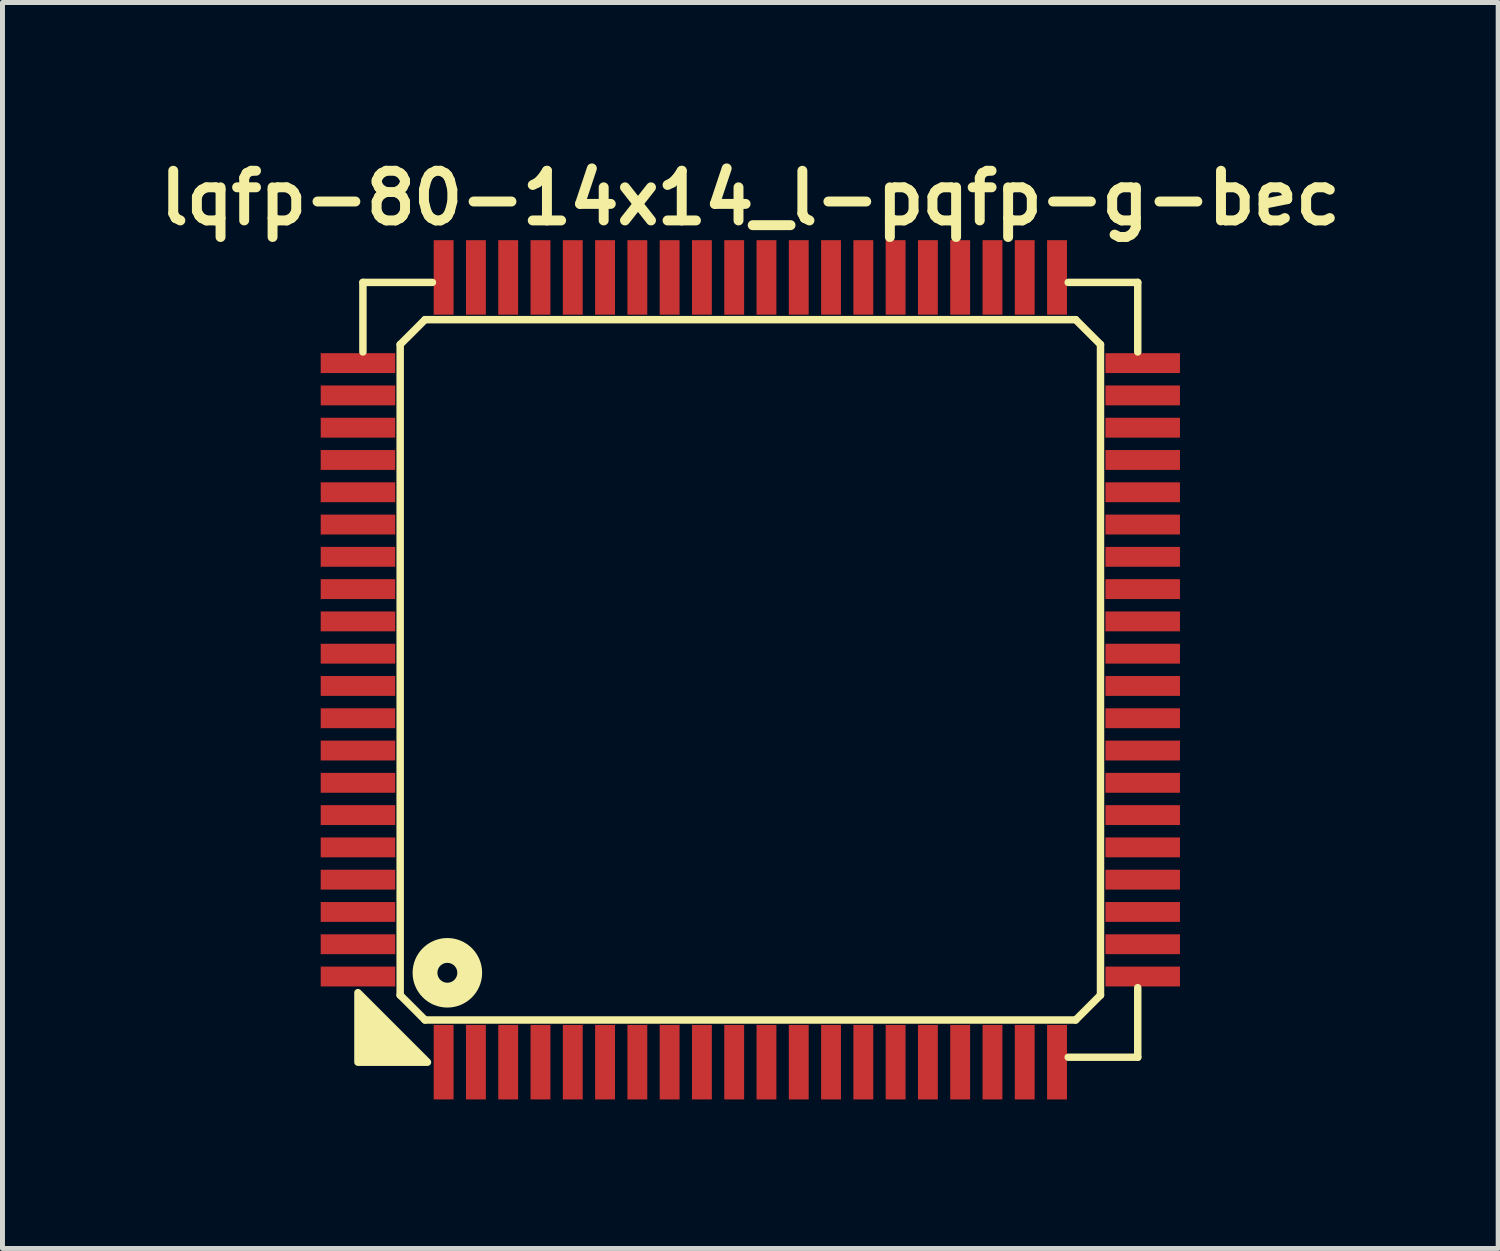
<source format=kicad_pcb>
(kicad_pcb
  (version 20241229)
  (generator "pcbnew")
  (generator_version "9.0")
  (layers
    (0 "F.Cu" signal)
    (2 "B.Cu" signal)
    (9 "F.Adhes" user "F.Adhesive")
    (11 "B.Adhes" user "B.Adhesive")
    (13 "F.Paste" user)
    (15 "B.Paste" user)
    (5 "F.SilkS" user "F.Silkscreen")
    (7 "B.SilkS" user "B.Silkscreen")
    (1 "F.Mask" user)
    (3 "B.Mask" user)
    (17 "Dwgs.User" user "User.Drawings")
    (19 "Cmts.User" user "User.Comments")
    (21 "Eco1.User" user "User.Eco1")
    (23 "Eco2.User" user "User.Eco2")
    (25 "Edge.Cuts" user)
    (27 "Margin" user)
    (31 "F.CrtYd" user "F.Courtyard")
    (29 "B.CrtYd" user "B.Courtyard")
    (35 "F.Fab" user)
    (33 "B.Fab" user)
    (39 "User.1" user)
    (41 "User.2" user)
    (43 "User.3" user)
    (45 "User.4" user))
  (footprint "lqfp-80-14x14_l-pqfp-g-bec"
    (layer "F.Cu")
    (at 12.057 10.436)
    (property "Reference" "lqfp-80-14x14_l-pqfp-g-bec" (at 0 -9.5 0) (layer "F.SilkS") (effects (font (size 1 1) (thickness 0.2))))
    (attr smd)
    (fp_line (start -7.8 -7.8) (end -6.4 -7.8) (stroke (width 0.15) (type solid)) (layer "F.SilkS"))
    (fp_line (start -7.8 -6.4) (end -7.8 -7.8) (stroke (width 0.15) (type solid)) (layer "F.SilkS"))
    (fp_line (start -7.05 -6.55) (end -6.55 -7.05) (stroke (width 0.15) (type solid)) (layer "F.SilkS"))
    (fp_line (start -7.05 6.55) (end -7.05 -6.55) (stroke (width 0.15) (type solid)) (layer "F.SilkS"))
    (fp_line (start -6.55 -7.05) (end 6.55 -7.05) (stroke (width 0.15) (type solid)) (layer "F.SilkS"))
    (fp_line (start -6.55 7.05) (end -7.05 6.55) (stroke (width 0.15) (type solid)) (layer "F.SilkS"))
    (fp_line (start 6.4 -7.8) (end 7.8 -7.8) (stroke (width 0.15) (type solid)) (layer "F.SilkS"))
    (fp_line (start 6.55 -7.05) (end 7.05 -6.55) (stroke (width 0.15) (type solid)) (layer "F.SilkS"))
    (fp_line (start 6.55 7.05) (end -6.55 7.05) (stroke (width 0.15) (type solid)) (layer "F.SilkS"))
    (fp_line (start 7.05 -6.55) (end 7.05 6.55) (stroke (width 0.15) (type solid)) (layer "F.SilkS"))
    (fp_line (start 7.05 6.55) (end 6.55 7.05) (stroke (width 0.15) (type solid)) (layer "F.SilkS"))
    (fp_line (start 7.8 -7.8) (end 7.8 -6.4) (stroke (width 0.15) (type solid)) (layer "F.SilkS"))
    (fp_line (start 7.8 6.4) (end 7.8 7.8) (stroke (width 0.15) (type solid)) (layer "F.SilkS"))
    (fp_line (start 7.8 7.8) (end 6.4 7.8) (stroke (width 0.15) (type solid)) (layer "F.SilkS"))
    (fp_circle (center -6.1 6.1) (end -5.9 6.1) (stroke (width 0.5) (type solid)) (fill no) (layer "F.SilkS"))
    (fp_poly (pts (xy -6.5 7.9) (xy -7.9 7.9) (xy -7.9 6.5)) (stroke (width 0.15) (type solid)) (fill yes) (layer "F.SilkS"))
    (pad "1" smd rect (at -6.175 7.9) (size 0.4 1.5) (layers "F.Cu" "F.Mask" "F.Paste"))
    (pad "2" smd rect (at -5.525 7.9) (size 0.4 1.5) (layers "F.Cu" "F.Mask" "F.Paste"))
    (pad "3" smd rect (at -4.875 7.9) (size 0.4 1.5) (layers "F.Cu" "F.Mask" "F.Paste"))
    (pad "4" smd rect (at -4.225 7.9) (size 0.4 1.5) (layers "F.Cu" "F.Mask" "F.Paste"))
    (pad "5" smd rect (at -3.575 7.9) (size 0.4 1.5) (layers "F.Cu" "F.Mask" "F.Paste"))
    (pad "6" smd rect (at -2.925 7.9) (size 0.4 1.5) (layers "F.Cu" "F.Mask" "F.Paste"))
    (pad "7" smd rect (at -2.275 7.9) (size 0.4 1.5) (layers "F.Cu" "F.Mask" "F.Paste"))
    (pad "8" smd rect (at -1.625 7.9) (size 0.4 1.5) (layers "F.Cu" "F.Mask" "F.Paste"))
    (pad "9" smd rect (at -0.975 7.9) (size 0.4 1.5) (layers "F.Cu" "F.Mask" "F.Paste"))
    (pad "10" smd rect (at -0.325 7.9) (size 0.4 1.5) (layers "F.Cu" "F.Mask" "F.Paste"))
    (pad "11" smd rect (at 0.325 7.9) (size 0.4 1.5) (layers "F.Cu" "F.Mask" "F.Paste"))
    (pad "12" smd rect (at 0.975 7.9) (size 0.4 1.5) (layers "F.Cu" "F.Mask" "F.Paste"))
    (pad "13" smd rect (at 1.625 7.9) (size 0.4 1.5) (layers "F.Cu" "F.Mask" "F.Paste"))
    (pad "14" smd rect (at 2.275 7.9) (size 0.4 1.5) (layers "F.Cu" "F.Mask" "F.Paste"))
    (pad "15" smd rect (at 2.925 7.9) (size 0.4 1.5) (layers "F.Cu" "F.Mask" "F.Paste"))
    (pad "16" smd rect (at 3.575 7.9) (size 0.4 1.5) (layers "F.Cu" "F.Mask" "F.Paste"))
    (pad "17" smd rect (at 4.225 7.9) (size 0.4 1.5) (layers "F.Cu" "F.Mask" "F.Paste"))
    (pad "18" smd rect (at 4.875 7.9) (size 0.4 1.5) (layers "F.Cu" "F.Mask" "F.Paste"))
    (pad "19" smd rect (at 5.525 7.9) (size 0.4 1.5) (layers "F.Cu" "F.Mask" "F.Paste"))
    (pad "20" smd rect (at 6.175 7.9) (size 0.4 1.5) (layers "F.Cu" "F.Mask" "F.Paste"))
    (pad "21" smd rect (at 7.9 6.175) (size 1.5 0.4) (layers "F.Cu" "F.Mask" "F.Paste"))
    (pad "22" smd rect (at 7.9 5.525) (size 1.5 0.4) (layers "F.Cu" "F.Mask" "F.Paste"))
    (pad "23" smd rect (at 7.9 4.875) (size 1.5 0.4) (layers "F.Cu" "F.Mask" "F.Paste"))
    (pad "24" smd rect (at 7.9 4.225) (size 1.5 0.4) (layers "F.Cu" "F.Mask" "F.Paste"))
    (pad "25" smd rect (at 7.9 3.575) (size 1.5 0.4) (layers "F.Cu" "F.Mask" "F.Paste"))
    (pad "26" smd rect (at 7.9 2.925) (size 1.5 0.4) (layers "F.Cu" "F.Mask" "F.Paste"))
    (pad "27" smd rect (at 7.9 2.275) (size 1.5 0.4) (layers "F.Cu" "F.Mask" "F.Paste"))
    (pad "28" smd rect (at 7.9 1.625) (size 1.5 0.4) (layers "F.Cu" "F.Mask" "F.Paste"))
    (pad "29" smd rect (at 7.9 0.975) (size 1.5 0.4) (layers "F.Cu" "F.Mask" "F.Paste"))
    (pad "30" smd rect (at 7.9 0.325) (size 1.5 0.4) (layers "F.Cu" "F.Mask" "F.Paste"))
    (pad "31" smd rect (at 7.9 -0.325) (size 1.5 0.4) (layers "F.Cu" "F.Mask" "F.Paste"))
    (pad "32" smd rect (at 7.9 -0.975) (size 1.5 0.4) (layers "F.Cu" "F.Mask" "F.Paste"))
    (pad "33" smd rect (at 7.9 -1.625) (size 1.5 0.4) (layers "F.Cu" "F.Mask" "F.Paste"))
    (pad "34" smd rect (at 7.9 -2.275) (size 1.5 0.4) (layers "F.Cu" "F.Mask" "F.Paste"))
    (pad "35" smd rect (at 7.9 -2.925) (size 1.5 0.4) (layers "F.Cu" "F.Mask" "F.Paste"))
    (pad "36" smd rect (at 7.9 -3.575) (size 1.5 0.4) (layers "F.Cu" "F.Mask" "F.Paste"))
    (pad "37" smd rect (at 7.9 -4.225) (size 1.5 0.4) (layers "F.Cu" "F.Mask" "F.Paste"))
    (pad "38" smd rect (at 7.9 -4.875) (size 1.5 0.4) (layers "F.Cu" "F.Mask" "F.Paste"))
    (pad "39" smd rect (at 7.9 -5.525) (size 1.5 0.4) (layers "F.Cu" "F.Mask" "F.Paste"))
    (pad "40" smd rect (at 7.9 -6.175) (size 1.5 0.4) (layers "F.Cu" "F.Mask" "F.Paste"))
    (pad "41" smd rect (at 6.175 -7.9) (size 0.4 1.5) (layers "F.Cu" "F.Mask" "F.Paste"))
    (pad "42" smd rect (at 5.525 -7.9) (size 0.4 1.5) (layers "F.Cu" "F.Mask" "F.Paste"))
    (pad "43" smd rect (at 4.875 -7.9) (size 0.4 1.5) (layers "F.Cu" "F.Mask" "F.Paste"))
    (pad "44" smd rect (at 4.225 -7.9) (size 0.4 1.5) (layers "F.Cu" "F.Mask" "F.Paste"))
    (pad "45" smd rect (at 3.575 -7.9) (size 0.4 1.5) (layers "F.Cu" "F.Mask" "F.Paste"))
    (pad "46" smd rect (at 2.925 -7.9) (size 0.4 1.5) (layers "F.Cu" "F.Mask" "F.Paste"))
    (pad "47" smd rect (at 2.275 -7.9) (size 0.4 1.5) (layers "F.Cu" "F.Mask" "F.Paste"))
    (pad "48" smd rect (at 1.625 -7.9) (size 0.4 1.5) (layers "F.Cu" "F.Mask" "F.Paste"))
    (pad "49" smd rect (at 0.975 -7.9) (size 0.4 1.5) (layers "F.Cu" "F.Mask" "F.Paste"))
    (pad "50" smd rect (at 0.325 -7.9) (size 0.4 1.5) (layers "F.Cu" "F.Mask" "F.Paste"))
    (pad "51" smd rect (at -0.325 -7.9) (size 0.4 1.5) (layers "F.Cu" "F.Mask" "F.Paste"))
    (pad "52" smd rect (at -0.975 -7.9) (size 0.4 1.5) (layers "F.Cu" "F.Mask" "F.Paste"))
    (pad "53" smd rect (at -1.625 -7.9) (size 0.4 1.5) (layers "F.Cu" "F.Mask" "F.Paste"))
    (pad "54" smd rect (at -2.275 -7.9) (size 0.4 1.5) (layers "F.Cu" "F.Mask" "F.Paste"))
    (pad "55" smd rect (at -2.925 -7.9) (size 0.4 1.5) (layers "F.Cu" "F.Mask" "F.Paste"))
    (pad "56" smd rect (at -3.575 -7.9) (size 0.4 1.5) (layers "F.Cu" "F.Mask" "F.Paste"))
    (pad "57" smd rect (at -4.225 -7.9) (size 0.4 1.5) (layers "F.Cu" "F.Mask" "F.Paste"))
    (pad "58" smd rect (at -4.875 -7.9) (size 0.4 1.5) (layers "F.Cu" "F.Mask" "F.Paste"))
    (pad "59" smd rect (at -5.525 -7.9) (size 0.4 1.5) (layers "F.Cu" "F.Mask" "F.Paste"))
    (pad "60" smd rect (at -6.175 -7.9) (size 0.4 1.5) (layers "F.Cu" "F.Mask" "F.Paste"))
    (pad "61" smd rect (at -7.9 -6.175) (size 1.5 0.4) (layers "F.Cu" "F.Mask" "F.Paste"))
    (pad "62" smd rect (at -7.9 -5.525) (size 1.5 0.4) (layers "F.Cu" "F.Mask" "F.Paste"))
    (pad "63" smd rect (at -7.9 -4.875) (size 1.5 0.4) (layers "F.Cu" "F.Mask" "F.Paste"))
    (pad "64" smd rect (at -7.9 -4.225) (size 1.5 0.4) (layers "F.Cu" "F.Mask" "F.Paste"))
    (pad "65" smd rect (at -7.9 -3.575) (size 1.5 0.4) (layers "F.Cu" "F.Mask" "F.Paste"))
    (pad "66" smd rect (at -7.9 -2.925) (size 1.5 0.4) (layers "F.Cu" "F.Mask" "F.Paste"))
    (pad "67" smd rect (at -7.9 -2.275) (size 1.5 0.4) (layers "F.Cu" "F.Mask" "F.Paste"))
    (pad "68" smd rect (at -7.9 -1.625) (size 1.5 0.4) (layers "F.Cu" "F.Mask" "F.Paste"))
    (pad "69" smd rect (at -7.9 -0.975) (size 1.5 0.4) (layers "F.Cu" "F.Mask" "F.Paste"))
    (pad "70" smd rect (at -7.9 -0.325) (size 1.5 0.4) (layers "F.Cu" "F.Mask" "F.Paste"))
    (pad "71" smd rect (at -7.9 0.325) (size 1.5 0.4) (layers "F.Cu" "F.Mask" "F.Paste"))
    (pad "72" smd rect (at -7.9 0.975) (size 1.5 0.4) (layers "F.Cu" "F.Mask" "F.Paste"))
    (pad "73" smd rect (at -7.9 1.625) (size 1.5 0.4) (layers "F.Cu" "F.Mask" "F.Paste"))
    (pad "74" smd rect (at -7.9 2.275) (size 1.5 0.4) (layers "F.Cu" "F.Mask" "F.Paste"))
    (pad "75" smd rect (at -7.9 2.925) (size 1.5 0.4) (layers "F.Cu" "F.Mask" "F.Paste"))
    (pad "76" smd rect (at -7.9 3.575) (size 1.5 0.4) (layers "F.Cu" "F.Mask" "F.Paste"))
    (pad "77" smd rect (at -7.9 4.225) (size 1.5 0.4) (layers "F.Cu" "F.Mask" "F.Paste"))
    (pad "78" smd rect (at -7.9 4.875) (size 1.5 0.4) (layers "F.Cu" "F.Mask" "F.Paste"))
    (pad "79" smd rect (at -7.9 5.525) (size 1.5 0.4) (layers "F.Cu" "F.Mask" "F.Paste"))
    (pad "80" smd rect (at -7.9 6.175) (size 1.5 0.4) (layers "F.Cu" "F.Mask" "F.Paste")))
  (gr_rect
    (start -3 -3)
    (end 27.114 22.086)
    (stroke (width 0.1) (type default))
    (fill no)
    (layer "Edge.Cuts")))
</source>
